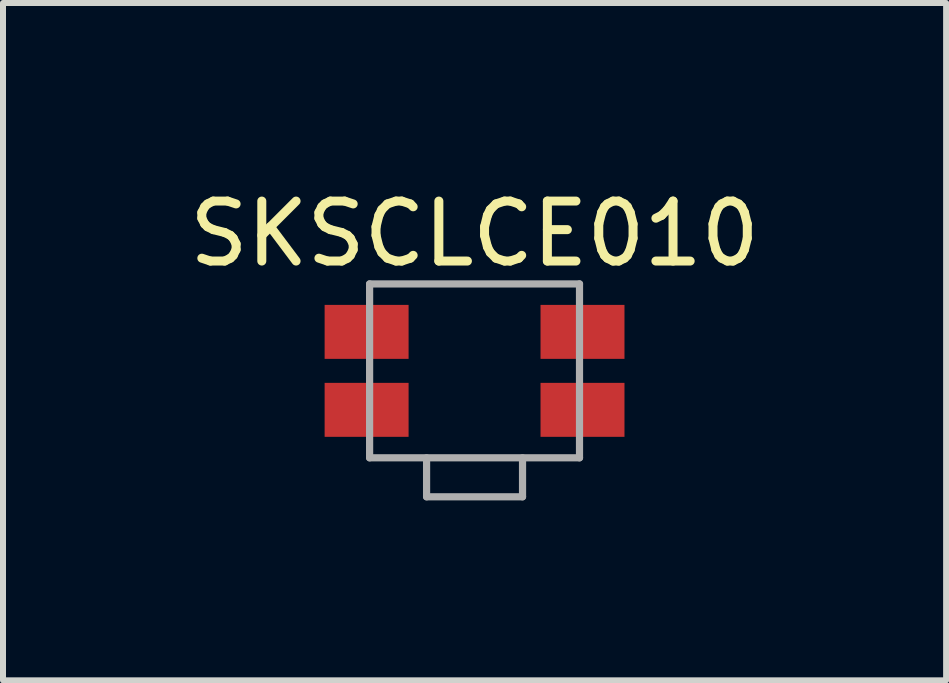
<source format=kicad_pcb>
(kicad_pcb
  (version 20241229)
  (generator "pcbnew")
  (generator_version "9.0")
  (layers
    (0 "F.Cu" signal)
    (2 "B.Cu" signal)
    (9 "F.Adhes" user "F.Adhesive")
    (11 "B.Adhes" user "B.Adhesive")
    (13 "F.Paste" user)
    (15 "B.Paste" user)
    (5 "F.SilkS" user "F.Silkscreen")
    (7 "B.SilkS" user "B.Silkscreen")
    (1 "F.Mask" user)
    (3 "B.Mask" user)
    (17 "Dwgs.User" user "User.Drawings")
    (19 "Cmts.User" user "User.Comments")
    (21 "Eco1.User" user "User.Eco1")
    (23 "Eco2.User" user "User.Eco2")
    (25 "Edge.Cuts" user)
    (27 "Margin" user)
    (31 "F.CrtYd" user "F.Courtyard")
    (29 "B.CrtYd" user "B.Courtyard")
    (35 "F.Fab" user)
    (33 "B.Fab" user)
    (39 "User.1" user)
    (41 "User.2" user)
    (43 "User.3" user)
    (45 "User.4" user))
  (footprint "SKSCLCE010"
    (layer "F.Cu")
    (at 4.863 3.134)
    (property "Reference" "SKSCLCE010" (at 0 -2.286 0) (layer "F.SilkS") (effects (font (size 1 1) (thickness 0.15))))
    (attr through_hole)
    (fp_line (start -1.75 -1.45) (end -1.75 1.45) (stroke (width 0.12) (type solid)) (layer "F.Fab"))
    (fp_line (start -1.75 -1.45) (end 1.75 -1.45) (stroke (width 0.12) (type solid)) (layer "F.Fab"))
    (fp_line (start -0.8 1.45) (end -0.8 2.1) (stroke (width 0.12) (type solid)) (layer "F.Fab"))
    (fp_line (start -0.8 2.1) (end 0.8 2.1) (stroke (width 0.12) (type solid)) (layer "F.Fab"))
    (fp_line (start 0.8 1.45) (end 0.8 2.1) (stroke (width 0.12) (type solid)) (layer "F.Fab"))
    (fp_line (start 1.75 -1.45) (end 1.75 1.45) (stroke (width 0.12) (type solid)) (layer "F.Fab"))
    (fp_line (start 1.75 1.45) (end -1.75 1.45) (stroke (width 0.12) (type solid)) (layer "F.Fab"))
    (pad "1" smd rect (at -1.8 0.65) (size 1.4 0.9) (layers "F.Cu" "F.Mask" "F.Paste"))
    (pad "2" smd rect (at 1.8 0.65) (size 1.4 0.9) (layers "F.Cu" "F.Mask" "F.Paste"))
    (pad "3" smd rect (at -1.8 -0.65) (size 1.4 0.9) (layers "F.Cu" "F.Mask" "F.Paste"))
    (pad "4" smd rect (at 1.8 -0.65) (size 1.4 0.9) (layers "F.Cu" "F.Mask" "F.Paste")))
  (gr_rect
    (start -3 -3)
    (end 12.726 8.294)
    (stroke (width 0.1) (type default))
    (fill no)
    (layer "Edge.Cuts")))
</source>
